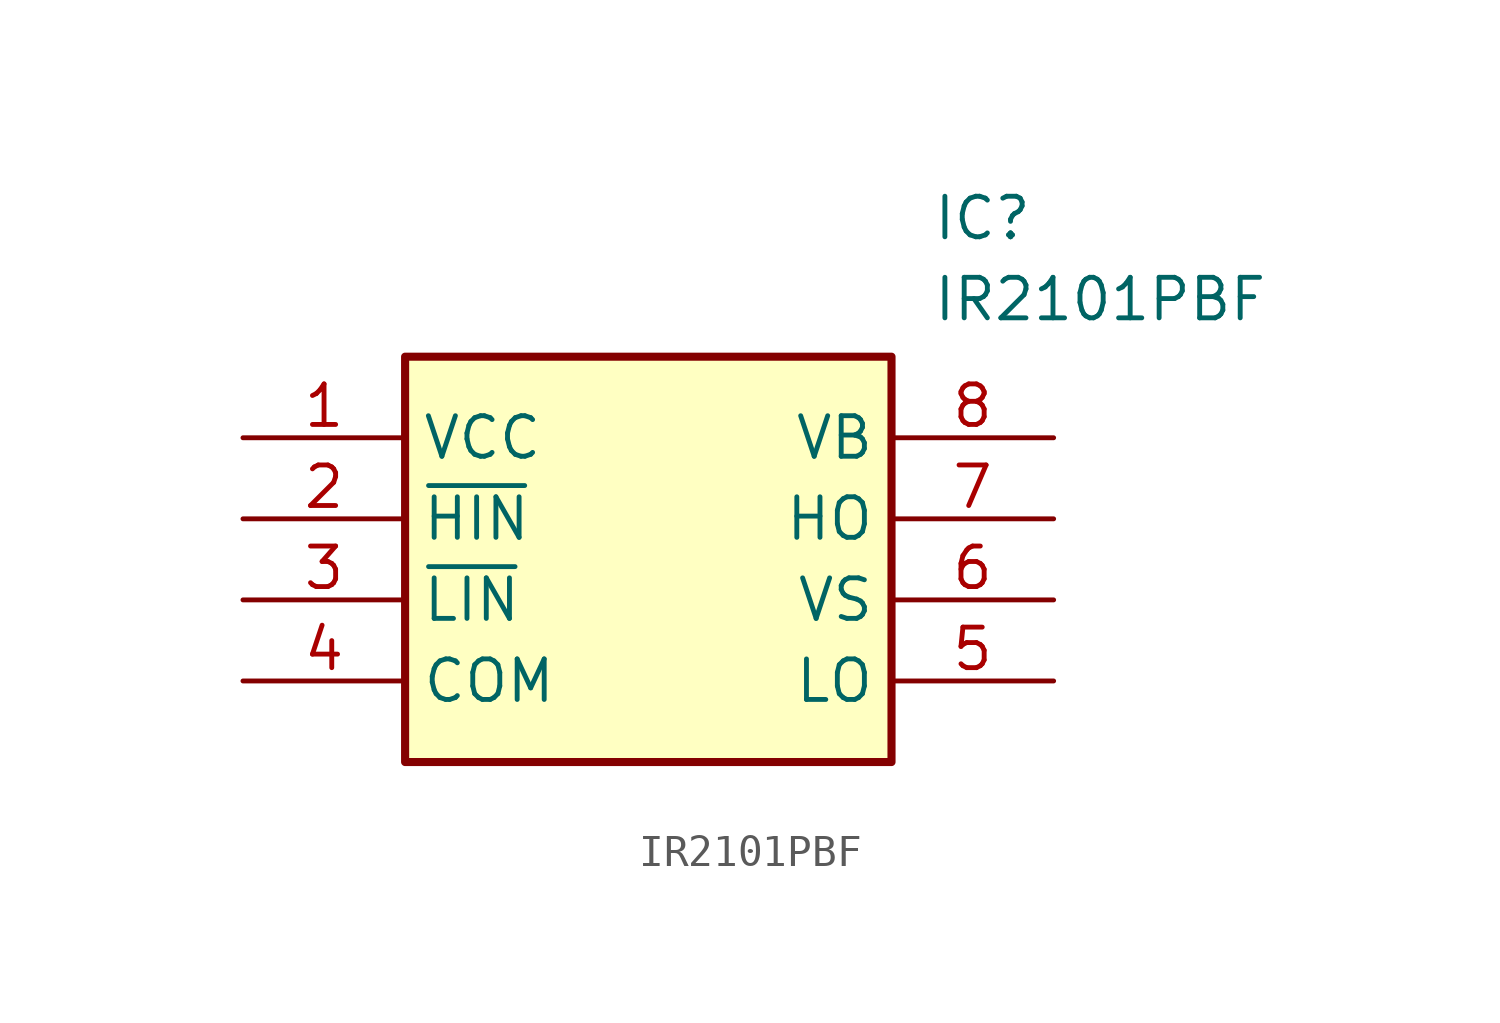
<source format=kicad_sym>
(kicad_symbol_lib
  (version 20211014)
  (generator SamacSys_ECAD_Model)
  (symbol "IR2101PBF"
    (property "Reference" "IC"
      (at 21.59 7.62 0)
      (effects (font (size 1.27 1.27)) (justify left top)))
    (property "Value" "IR2101PBF"
      (at 21.59 5.08 0)
      (effects (font (size 1.27 1.27)) (justify left top)))
    (rectangle
      (start 5.08 2.54)
      (end 20.32 -10.16)
      (stroke (width 0.254) (type default))
      (fill (type background)))
    (pin passive line
      (at 0 0 0)
      (length 5.08)
      (name "VCC" (effects (font (size 1.27 1.27))))
      (number "1" (effects (font (size 1.27 1.27)))))
    (pin passive line
      (at 0 -2.54 0)
      (length 5.08)
      (name "~{HIN}" (effects (font (size 1.27 1.27))))
      (number "2" (effects (font (size 1.27 1.27)))))
    (pin passive line
      (at 0 -5.08 0)
      (length 5.08)
      (name "~{LIN}" (effects (font (size 1.27 1.27))))
      (number "3" (effects (font (size 1.27 1.27)))))
    (pin passive line
      (at 0 -7.62 0)
      (length 5.08)
      (name "COM" (effects (font (size 1.27 1.27))))
      (number "4" (effects (font (size 1.27 1.27)))))
    (pin passive line
      (at 25.4 0 180)
      (length 5.08)
      (name "VB" (effects (font (size 1.27 1.27))))
      (number "8" (effects (font (size 1.27 1.27)))))
    (pin passive line
      (at 25.4 -2.54 180)
      (length 5.08)
      (name "HO" (effects (font (size 1.27 1.27))))
      (number "7" (effects (font (size 1.27 1.27)))))
    (pin passive line
      (at 25.4 -5.08 180)
      (length 5.08)
      (name "VS" (effects (font (size 1.27 1.27))))
      (number "6" (effects (font (size 1.27 1.27)))))
    (pin passive line
      (at 25.4 -7.62 180)
      (length 5.08)
      (name "LO" (effects (font (size 1.27 1.27))))
      (number "5" (effects (font (size 1.27 1.27)))))))
</source>
